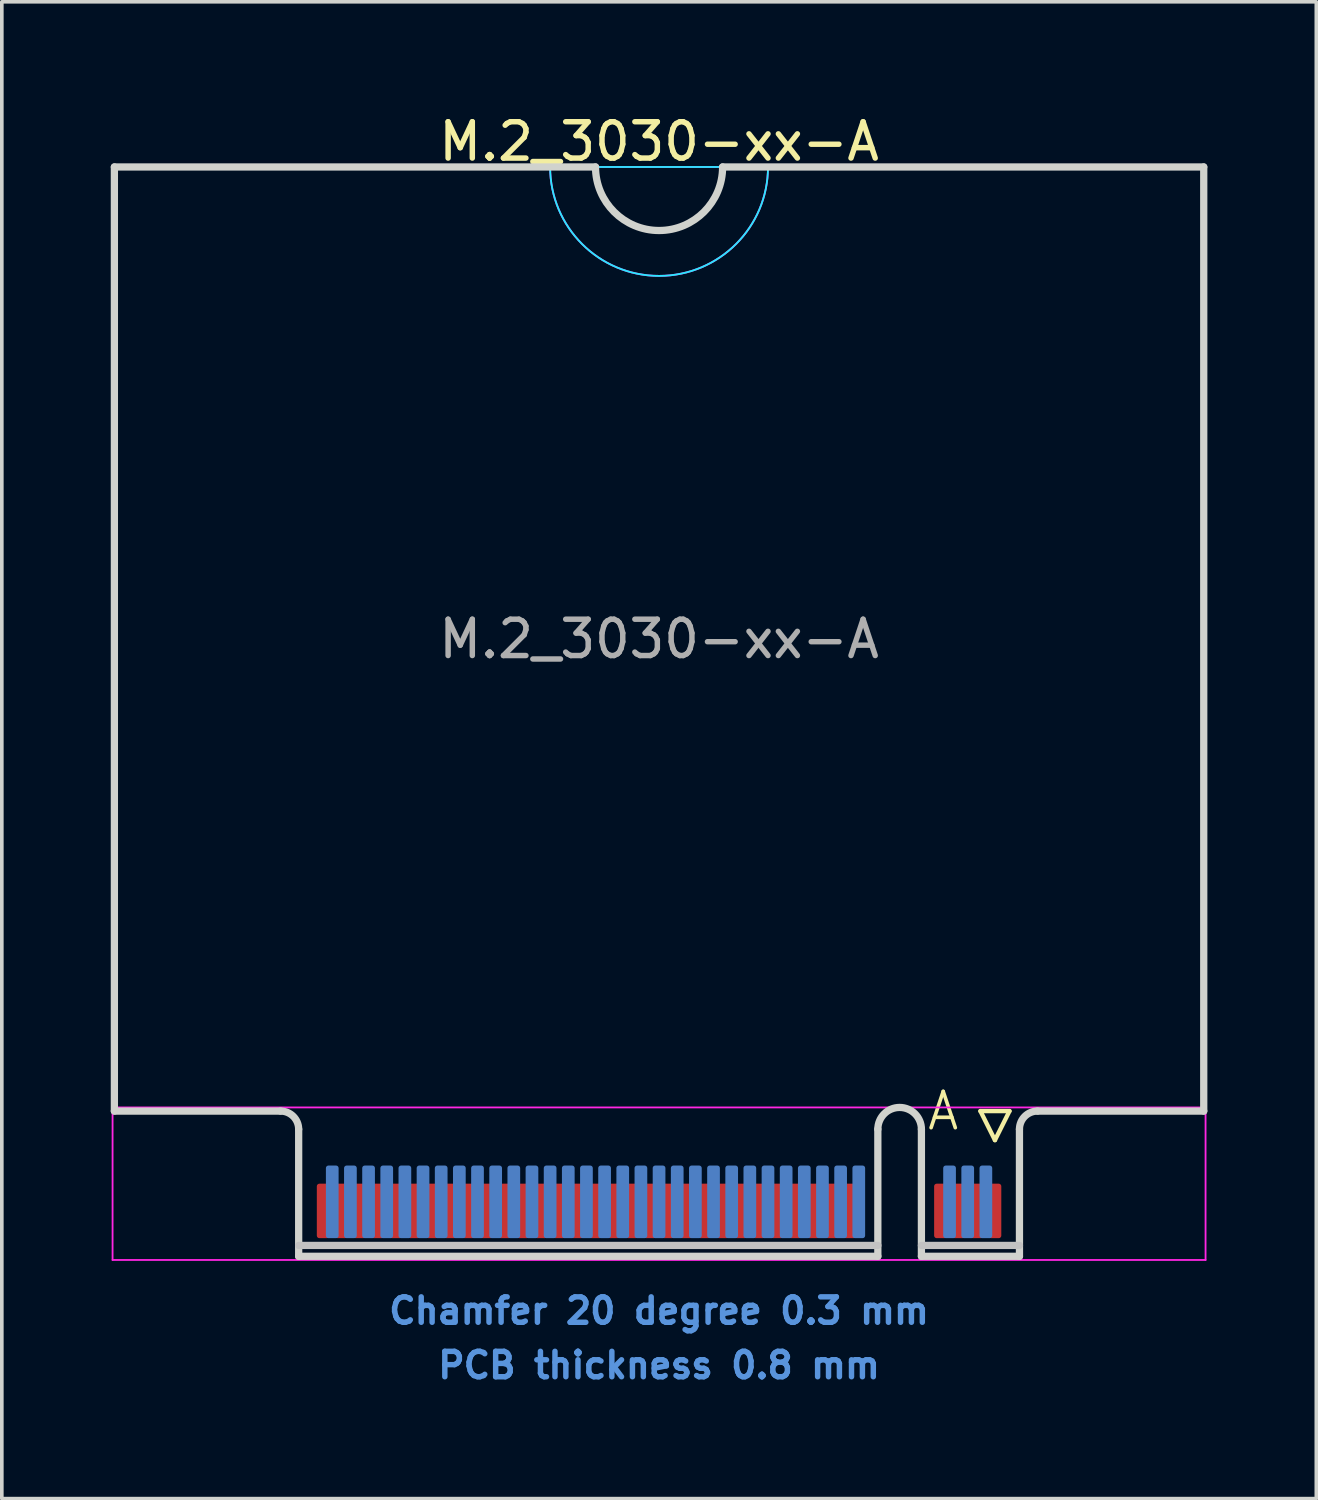
<source format=kicad_pcb>
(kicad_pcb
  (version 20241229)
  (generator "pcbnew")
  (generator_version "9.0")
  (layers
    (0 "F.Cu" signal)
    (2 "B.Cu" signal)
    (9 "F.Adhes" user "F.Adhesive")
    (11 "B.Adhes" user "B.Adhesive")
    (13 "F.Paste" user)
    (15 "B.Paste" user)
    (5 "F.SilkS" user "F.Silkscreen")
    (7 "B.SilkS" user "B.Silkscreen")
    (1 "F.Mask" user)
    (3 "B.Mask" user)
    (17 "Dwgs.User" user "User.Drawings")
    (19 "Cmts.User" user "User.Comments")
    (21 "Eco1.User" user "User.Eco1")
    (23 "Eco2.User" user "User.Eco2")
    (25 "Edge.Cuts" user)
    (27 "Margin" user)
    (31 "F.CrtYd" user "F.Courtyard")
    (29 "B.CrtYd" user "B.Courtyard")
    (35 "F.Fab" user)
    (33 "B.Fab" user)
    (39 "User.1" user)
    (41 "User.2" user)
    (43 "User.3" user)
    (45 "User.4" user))
  (footprint "M.2_3030-xx-A"
    (layer "F.Cu")
    (at 15.1 27.548)
    (property "Reference" "M.2_3030-xx-A" (at 0 -26.7 0) (layer "F.SilkS") (effects (font (size 1 1) (thickness 0.15))))
    (attr exclude_from_pos_files exclude_from_bom)
    (fp_line (start 8.85 0) (end 9.65 0) (stroke (width 0.12) (type solid)) (layer "F.SilkS"))
    (fp_line (start 9.25 0.8) (end 8.85 0) (stroke (width 0.12) (type solid)) (layer "F.SilkS"))
    (fp_line (start 9.65 0) (end 9.25 0.8) (stroke (width 0.12) (type solid)) (layer "F.SilkS"))
    (fp_line (start -9.925 3.7) (end 6.025 3.7) (stroke (width 0.2) (type solid)) (layer "Dwgs.User"))
    (fp_line (start 9.925 3.7) (end 7.225 3.7) (stroke (width 0.2) (type solid)) (layer "Dwgs.User"))
    (fp_line (start -15 -26) (end -15 0) (stroke (width 0.2) (type solid)) (layer "Edge.Cuts"))
    (fp_line (start -15 0) (end -10.425 0) (stroke (width 0.2) (type solid)) (layer "Edge.Cuts"))
    (fp_line (start -9.925 0.5) (end -9.925 4) (stroke (width 0.2) (type solid)) (layer "Edge.Cuts"))
    (fp_line (start -9.925 4) (end 6.025 4) (stroke (width 0.2) (type solid)) (layer "Edge.Cuts"))
    (fp_line (start -1.75 -26) (end -15 -26) (stroke (width 0.2) (type solid)) (layer "Edge.Cuts"))
    (fp_line (start 6.025 4) (end 6.025 0.5) (stroke (width 0.2) (type solid)) (layer "Edge.Cuts"))
    (fp_line (start 7.225 0.5) (end 7.225 4) (stroke (width 0.2) (type solid)) (layer "Edge.Cuts"))
    (fp_line (start 7.225 4) (end 9.925 4) (stroke (width 0.2) (type solid)) (layer "Edge.Cuts"))
    (fp_line (start 9.925 4) (end 9.925 0.5) (stroke (width 0.2) (type solid)) (layer "Edge.Cuts"))
    (fp_line (start 10.425 0) (end 15 0) (stroke (width 0.2) (type solid)) (layer "Edge.Cuts"))
    (fp_line (start 15 -26) (end 1.75 -26) (stroke (width 0.2) (type solid)) (layer "Edge.Cuts"))
    (fp_line (start 15 0) (end 15 -26) (stroke (width 0.2) (type solid)) (layer "Edge.Cuts"))
    (fp_arc (start -10.425 0) (mid -10.071447 0.146447) (end -9.925 0.5) (stroke (width 0.2) (type solid)) (layer "Edge.Cuts"))
    (fp_arc (start 1.75 -26) (mid 0 -24.25) (end -1.75 -26) (stroke (width 0.2) (type solid)) (layer "Edge.Cuts"))
    (fp_arc (start 6.025 0.5) (mid 6.625 -0.1) (end 7.225 0.5) (stroke (width 0.2) (type solid)) (layer "Edge.Cuts"))
    (fp_arc (start 9.925 0.5) (mid 10.071447 0.146447) (end 10.425 0) (stroke (width 0.2) (type solid)) (layer "Edge.Cuts"))
    (fp_line (start -3 -26) (end 3 -26) (stroke (width 0.05) (type solid)) (layer "B.CrtYd"))
    (fp_arc (start 3 -26) (mid 0 -23) (end -3 -26) (stroke (width 0.05) (type solid)) (layer "B.CrtYd"))
    (fp_line (start -15.05 -0.1) (end -15.05 4.1) (stroke (width 0.05) (type solid)) (layer "F.CrtYd"))
    (fp_line (start -15.05 4.1) (end 15.05 4.1) (stroke (width 0.05) (type solid)) (layer "F.CrtYd"))
    (fp_line (start -3 -26) (end 3 -26) (stroke (width 0.05) (type solid)) (layer "F.CrtYd"))
    (fp_line (start 15.05 -0.1) (end -15.05 -0.1) (stroke (width 0.05) (type solid)) (layer "F.CrtYd"))
    (fp_line (start 15.05 4.1) (end 15.05 -0.1) (stroke (width 0.05) (type solid)) (layer "F.CrtYd"))
    (fp_arc (start 3 -26) (mid 0 -23) (end -3 -26) (stroke (width 0.05) (type solid)) (layer "F.CrtYd"))
    (fp_text user "A" (at 7.825 0 0) (layer "F.SilkS") (effects (font (size 1 1) (thickness 0.1))))
    (fp_text user "PCB thickness 0.8 mm" (at 0 7 0) (layer "Cmts.User") (effects (font (size 0.7 0.7) (thickness 0.15))))
    (fp_text user "Chamfer 20 degree 0.3 mm" (at 0 5.5 0) (layer "Cmts.User") (effects (font (size 0.7 0.7) (thickness 0.15))))
    (fp_text user "${REFERENCE}" (at 0 -13 0) (layer "F.Fab") (effects (font (size 1 1) (thickness 0.15))))
    (pad "1" connect roundrect (at 9.25 2.75) (size 0.35 1.5) (layers "F.Cu" "F.Mask") (roundrect_rratio 0.2))
    (pad "2" connect roundrect (at 9 2.5) (size 0.35 2) (layers "B.Cu" "B.Mask") (roundrect_rratio 0.2))
    (pad "3" connect roundrect (at 8.75 2.75) (size 0.35 1.5) (layers "F.Cu" "F.Mask") (roundrect_rratio 0.2))
    (pad "4" connect roundrect (at 8.5 2.5) (size 0.35 2) (layers "B.Cu" "B.Mask") (roundrect_rratio 0.2))
    (pad "5" connect roundrect (at 8.25 2.75) (size 0.35 1.5) (layers "F.Cu" "F.Mask") (roundrect_rratio 0.2))
    (pad "6" connect roundrect (at 8 2.5) (size 0.35 2) (layers "B.Cu" "B.Mask") (roundrect_rratio 0.2))
    (pad "7" connect roundrect (at 7.75 2.75) (size 0.35 1.5) (layers "F.Cu" "F.Mask") (roundrect_rratio 0.2))
    (pad "16" connect roundrect (at 5.5 2.5) (size 0.35 2) (layers "B.Cu" "B.Mask") (roundrect_rratio 0.2))
    (pad "17" connect roundrect (at 5.25 2.75) (size 0.35 1.5) (layers "F.Cu" "F.Mask") (roundrect_rratio 0.2))
    (pad "18" connect roundrect (at 5 2.5) (size 0.35 2) (layers "B.Cu" "B.Mask") (roundrect_rratio 0.2))
    (pad "19" connect roundrect (at 4.75 2.75) (size 0.35 1.5) (layers "F.Cu" "F.Mask") (roundrect_rratio 0.2))
    (pad "20" connect roundrect (at 4.5 2.5) (size 0.35 2) (layers "B.Cu" "B.Mask") (roundrect_rratio 0.2))
    (pad "21" connect roundrect (at 4.25 2.75) (size 0.35 1.5) (layers "F.Cu" "F.Mask") (roundrect_rratio 0.2))
    (pad "22" connect roundrect (at 4 2.5) (size 0.35 2) (layers "B.Cu" "B.Mask") (roundrect_rratio 0.2))
    (pad "23" connect roundrect (at 3.75 2.75) (size 0.35 1.5) (layers "F.Cu" "F.Mask") (roundrect_rratio 0.2))
    (pad "24" connect roundrect (at 3.5 2.5) (size 0.35 2) (layers "B.Cu" "B.Mask") (roundrect_rratio 0.2))
    (pad "25" connect roundrect (at 3.25 2.75) (size 0.35 1.5) (layers "F.Cu" "F.Mask") (roundrect_rratio 0.2))
    (pad "26" connect roundrect (at 3 2.5) (size 0.35 2) (layers "B.Cu" "B.Mask") (roundrect_rratio 0.2))
    (pad "27" connect roundrect (at 2.75 2.75) (size 0.35 1.5) (layers "F.Cu" "F.Mask") (roundrect_rratio 0.2))
    (pad "28" connect roundrect (at 2.5 2.5) (size 0.35 2) (layers "B.Cu" "B.Mask") (roundrect_rratio 0.2))
    (pad "29" connect roundrect (at 2.25 2.75) (size 0.35 1.5) (layers "F.Cu" "F.Mask") (roundrect_rratio 0.2))
    (pad "30" connect roundrect (at 2 2.5) (size 0.35 2) (layers "B.Cu" "B.Mask") (roundrect_rratio 0.2))
    (pad "31" connect roundrect (at 1.75 2.75) (size 0.35 1.5) (layers "F.Cu" "F.Mask") (roundrect_rratio 0.2))
    (pad "32" connect roundrect (at 1.5 2.5) (size 0.35 2) (layers "B.Cu" "B.Mask") (roundrect_rratio 0.2))
    (pad "33" connect roundrect (at 1.25 2.75) (size 0.35 1.5) (layers "F.Cu" "F.Mask") (roundrect_rratio 0.2))
    (pad "34" connect roundrect (at 1 2.5) (size 0.35 2) (layers "B.Cu" "B.Mask") (roundrect_rratio 0.2))
    (pad "35" connect roundrect (at 0.75 2.75) (size 0.35 1.5) (layers "F.Cu" "F.Mask") (roundrect_rratio 0.2))
    (pad "36" connect roundrect (at 0.5 2.5) (size 0.35 2) (layers "B.Cu" "B.Mask") (roundrect_rratio 0.2))
    (pad "37" connect roundrect (at 0.25 2.75) (size 0.35 1.5) (layers "F.Cu" "F.Mask") (roundrect_rratio 0.2))
    (pad "38" connect roundrect (at 0 2.5) (size 0.35 2) (layers "B.Cu" "B.Mask") (roundrect_rratio 0.2))
    (pad "39" connect roundrect (at -0.25 2.75) (size 0.35 1.5) (layers "F.Cu" "F.Mask") (roundrect_rratio 0.2))
    (pad "40" connect roundrect (at -0.5 2.5) (size 0.35 2) (layers "B.Cu" "B.Mask") (roundrect_rratio 0.2))
    (pad "41" connect roundrect (at -0.75 2.75) (size 0.35 1.5) (layers "F.Cu" "F.Mask") (roundrect_rratio 0.2))
    (pad "42" connect roundrect (at -1 2.5) (size 0.35 2) (layers "B.Cu" "B.Mask") (roundrect_rratio 0.2))
    (pad "43" connect roundrect (at -1.25 2.75) (size 0.35 1.5) (layers "F.Cu" "F.Mask") (roundrect_rratio 0.2))
    (pad "44" connect roundrect (at -1.5 2.5) (size 0.35 2) (layers "B.Cu" "B.Mask") (roundrect_rratio 0.2))
    (pad "45" connect roundrect (at -1.75 2.75) (size 0.35 1.5) (layers "F.Cu" "F.Mask") (roundrect_rratio 0.2))
    (pad "46" connect roundrect (at -2 2.5) (size 0.35 2) (layers "B.Cu" "B.Mask") (roundrect_rratio 0.2))
    (pad "47" connect roundrect (at -2.25 2.75) (size 0.35 1.5) (layers "F.Cu" "F.Mask") (roundrect_rratio 0.2))
    (pad "48" connect roundrect (at -2.5 2.5) (size 0.35 2) (layers "B.Cu" "B.Mask") (roundrect_rratio 0.2))
    (pad "49" connect roundrect (at -2.75 2.75) (size 0.35 1.5) (layers "F.Cu" "F.Mask") (roundrect_rratio 0.2))
    (pad "50" connect roundrect (at -3 2.5) (size 0.35 2) (layers "B.Cu" "B.Mask") (roundrect_rratio 0.2))
    (pad "51" connect roundrect (at -3.25 2.75) (size 0.35 1.5) (layers "F.Cu" "F.Mask") (roundrect_rratio 0.2))
    (pad "52" connect roundrect (at -3.5 2.5) (size 0.35 2) (layers "B.Cu" "B.Mask") (roundrect_rratio 0.2))
    (pad "53" connect roundrect (at -3.75 2.75) (size 0.35 1.5) (layers "F.Cu" "F.Mask") (roundrect_rratio 0.2))
    (pad "54" connect roundrect (at -4 2.5) (size 0.35 2) (layers "B.Cu" "B.Mask") (roundrect_rratio 0.2))
    (pad "55" connect roundrect (at -4.25 2.75) (size 0.35 1.5) (layers "F.Cu" "F.Mask") (roundrect_rratio 0.2))
    (pad "56" connect roundrect (at -4.5 2.5) (size 0.35 2) (layers "B.Cu" "B.Mask") (roundrect_rratio 0.2))
    (pad "57" connect roundrect (at -4.75 2.75) (size 0.35 1.5) (layers "F.Cu" "F.Mask") (roundrect_rratio 0.2))
    (pad "58" connect roundrect (at -5 2.5) (size 0.35 2) (layers "B.Cu" "B.Mask") (roundrect_rratio 0.2))
    (pad "59" connect roundrect (at -5.25 2.75) (size 0.35 1.5) (layers "F.Cu" "F.Mask") (roundrect_rratio 0.2))
    (pad "60" connect roundrect (at -5.5 2.5) (size 0.35 2) (layers "B.Cu" "B.Mask") (roundrect_rratio 0.2))
    (pad "61" connect roundrect (at -5.75 2.75) (size 0.35 1.5) (layers "F.Cu" "F.Mask") (roundrect_rratio 0.2))
    (pad "62" connect roundrect (at -6 2.5) (size 0.35 2) (layers "B.Cu" "B.Mask") (roundrect_rratio 0.2))
    (pad "63" connect roundrect (at -6.25 2.75) (size 0.35 1.5) (layers "F.Cu" "F.Mask") (roundrect_rratio 0.2))
    (pad "64" connect roundrect (at -6.5 2.5) (size 0.35 2) (layers "B.Cu" "B.Mask") (roundrect_rratio 0.2))
    (pad "65" connect roundrect (at -6.75 2.75) (size 0.35 1.5) (layers "F.Cu" "F.Mask") (roundrect_rratio 0.2))
    (pad "66" connect roundrect (at -7 2.5) (size 0.35 2) (layers "B.Cu" "B.Mask") (roundrect_rratio 0.2))
    (pad "67" connect roundrect (at -7.25 2.75) (size 0.35 1.5) (layers "F.Cu" "F.Mask") (roundrect_rratio 0.2))
    (pad "68" connect roundrect (at -7.5 2.5) (size 0.35 2) (layers "B.Cu" "B.Mask") (roundrect_rratio 0.2))
    (pad "69" connect roundrect (at -7.75 2.75) (size 0.35 1.5) (layers "F.Cu" "F.Mask") (roundrect_rratio 0.2))
    (pad "70" connect roundrect (at -8 2.5) (size 0.35 2) (layers "B.Cu" "B.Mask") (roundrect_rratio 0.2))
    (pad "71" connect roundrect (at -8.25 2.75) (size 0.35 1.5) (layers "F.Cu" "F.Mask") (roundrect_rratio 0.2))
    (pad "72" connect roundrect (at -8.5 2.5) (size 0.35 2) (layers "B.Cu" "B.Mask") (roundrect_rratio 0.2))
    (pad "73" connect roundrect (at -8.75 2.75) (size 0.35 1.5) (layers "F.Cu" "F.Mask") (roundrect_rratio 0.2))
    (pad "74" connect roundrect (at -9 2.5) (size 0.35 2) (layers "B.Cu" "B.Mask") (roundrect_rratio 0.2))
    (pad "75" connect roundrect (at -9.25 2.75) (size 0.35 1.5) (layers "F.Cu" "F.Mask") (roundrect_rratio 0.2)))
  (gr_rect
    (start -3 -3)
    (end 33.2 38.221)
    (stroke (width 0.1) (type default))
    (fill no)
    (layer "Edge.Cuts")))
</source>
